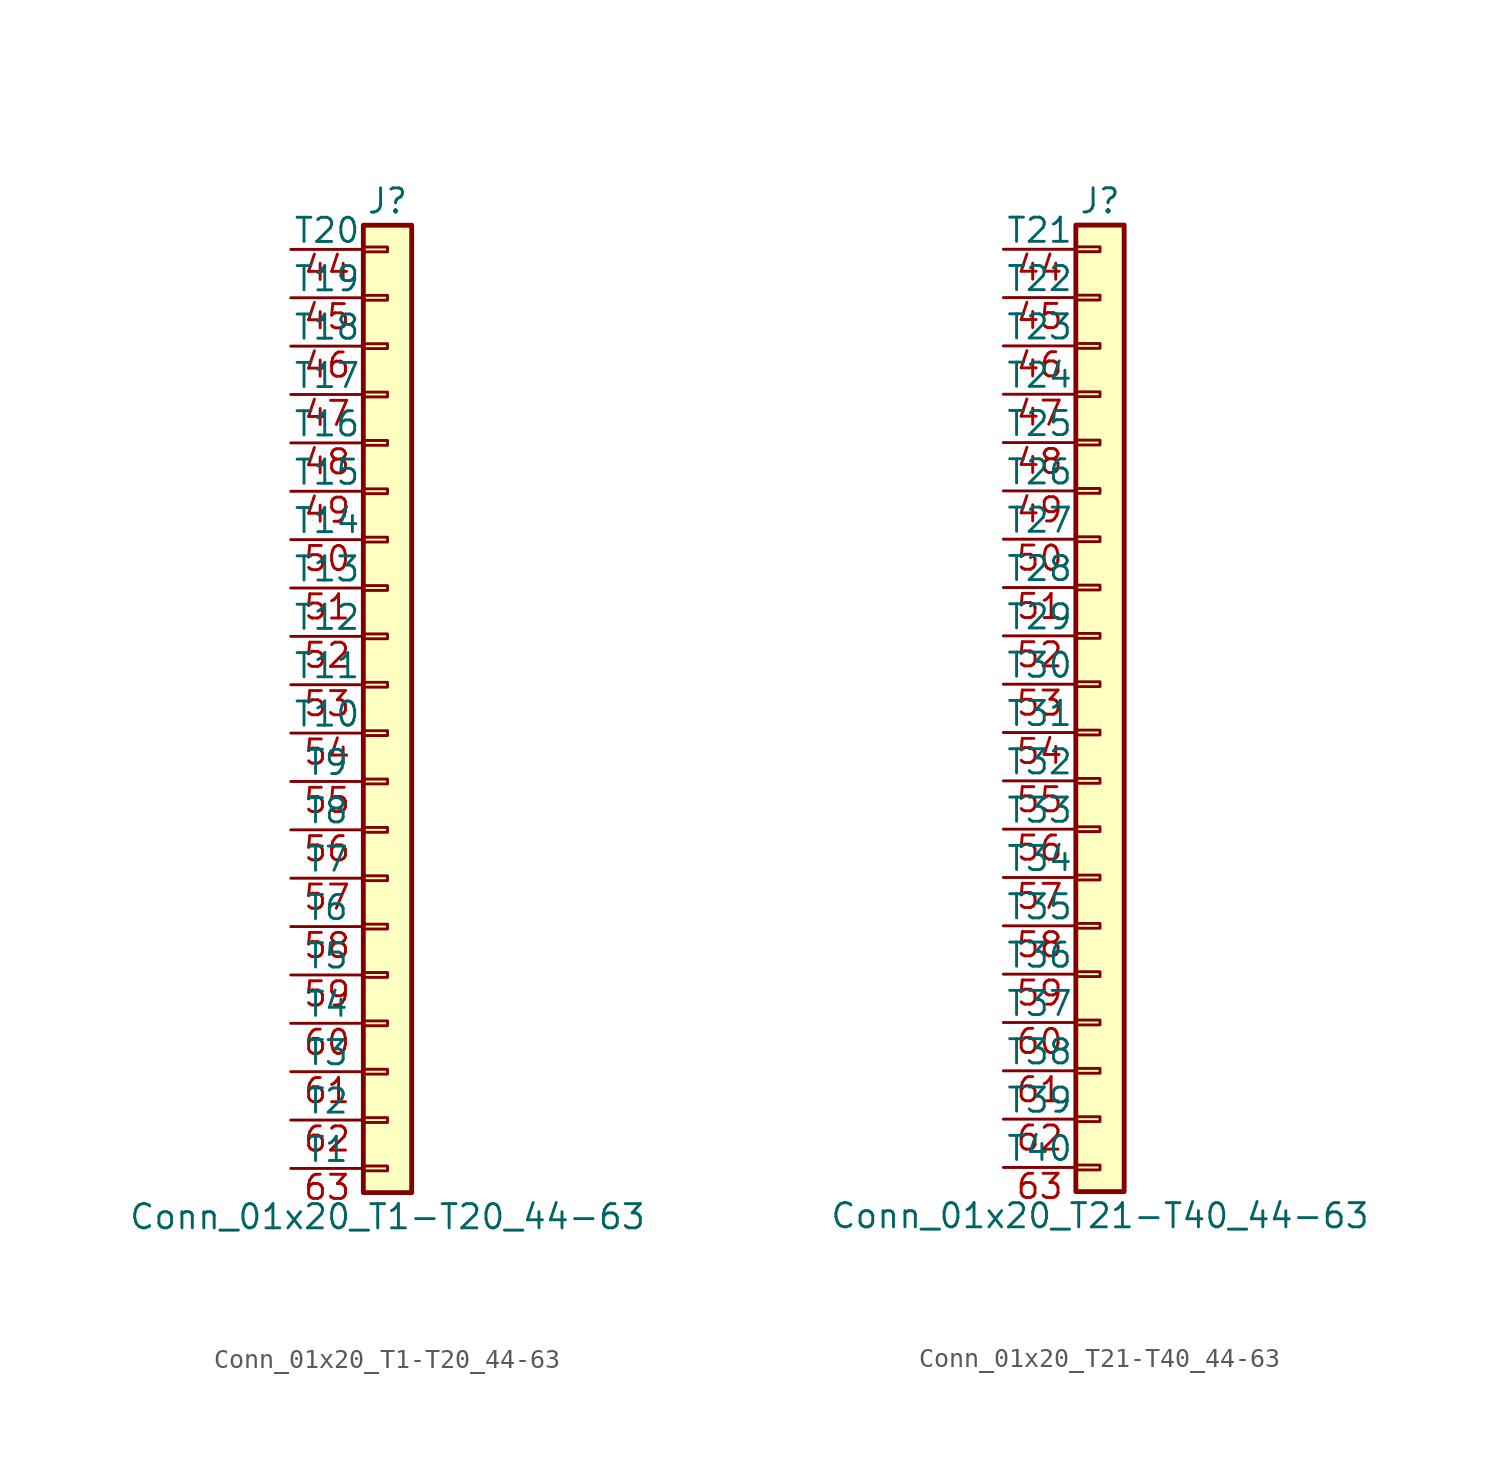
<source format=kicad_sym>
(kicad_symbol_lib
  (version 20211014)
  (generator kicad_symbol_editor)
  (symbol "Conn_01x20_T1-T20_44-63"
    (pin_names
      (offset 0))
    (property "Reference" "J"
      (at 0 25.4 0)
      (effects (font (size 1.27 1.27))))
    (property "Value" "Conn_01x20_T1-T20_44-63"
      (at 0 -27.94 0)
      (effects (font (size 1.27 1.27))))
    (symbol "Conn_01x20_T1-T20_44-63_1_1"
      (rectangle (start -1.27 -25.273) (end 0 -25.527) (stroke (width 0.152) (type default) (color 0 0 0 0)) (fill (type none)))
      (rectangle (start -1.27 -22.733) (end 0 -22.987) (stroke (width 0.152) (type default) (color 0 0 0 0)) (fill (type none)))
      (rectangle (start -1.27 -20.193) (end 0 -20.447) (stroke (width 0.152) (type default) (color 0 0 0 0)) (fill (type none)))
      (rectangle (start -1.27 -17.653) (end 0 -17.907) (stroke (width 0.152) (type default) (color 0 0 0 0)) (fill (type none)))
      (rectangle (start -1.27 -15.113) (end 0 -15.367) (stroke (width 0.152) (type default) (color 0 0 0 0)) (fill (type none)))
      (rectangle (start -1.27 -12.573) (end 0 -12.827) (stroke (width 0.152) (type default) (color 0 0 0 0)) (fill (type none)))
      (rectangle (start -1.27 -10.033) (end 0 -10.287) (stroke (width 0.152) (type default) (color 0 0 0 0)) (fill (type none)))
      (rectangle (start -1.27 -7.493) (end 0 -7.747) (stroke (width 0.152) (type default) (color 0 0 0 0)) (fill (type none)))
      (rectangle (start -1.27 -4.953) (end 0 -5.207) (stroke (width 0.152) (type default) (color 0 0 0 0)) (fill (type none)))
      (rectangle (start -1.27 -2.413) (end 0 -2.667) (stroke (width 0.152) (type default) (color 0 0 0 0)) (fill (type none)))
      (rectangle (start -1.27 0.127) (end 0 -0.127) (stroke (width 0.152) (type default) (color 0 0 0 0)) (fill (type none)))
      (rectangle (start -1.27 2.667) (end 0 2.413) (stroke (width 0.152) (type default) (color 0 0 0 0)) (fill (type none)))
      (rectangle (start -1.27 5.207) (end 0 4.953) (stroke (width 0.152) (type default) (color 0 0 0 0)) (fill (type none)))
      (rectangle (start -1.27 7.747) (end 0 7.493) (stroke (width 0.152) (type default) (color 0 0 0 0)) (fill (type none)))
      (rectangle (start -1.27 10.287) (end 0 10.033) (stroke (width 0.152) (type default) (color 0 0 0 0)) (fill (type none)))
      (rectangle (start -1.27 12.827) (end 0 12.573) (stroke (width 0.152) (type default) (color 0 0 0 0)) (fill (type none)))
      (rectangle (start -1.27 15.367) (end 0 15.113) (stroke (width 0.152) (type default) (color 0 0 0 0)) (fill (type none)))
      (rectangle (start -1.27 17.907) (end 0 17.653) (stroke (width 0.152) (type default) (color 0 0 0 0)) (fill (type none)))
      (rectangle (start -1.27 20.447) (end 0 20.193) (stroke (width 0.152) (type default) (color 0 0 0 0)) (fill (type none)))
      (rectangle (start -1.27 22.987) (end 0 22.733) (stroke (width 0.152) (type default) (color 0 0 0 0)) (fill (type none)))
      (rectangle (start -1.27 24.13) (end 1.27 -26.67) (stroke (width 0.254) (type default) (color 0 0 0 0)) (fill (type background)))
      (pin passive line (at -5.08 22.86 0) (length 3.81) (name "T20" (effects (font (size 1.27 1.27)))) (number "44" (effects (font (size 1.27 1.27)))))
      (pin passive line (at -5.08 20.32 0) (length 3.81) (name "T19" (effects (font (size 1.27 1.27)))) (number "45" (effects (font (size 1.27 1.27)))))
      (pin passive line (at -5.08 17.78 0) (length 3.81) (name "T18" (effects (font (size 1.27 1.27)))) (number "46" (effects (font (size 1.27 1.27)))))
      (pin passive line (at -5.08 15.24 0) (length 3.81) (name "T17" (effects (font (size 1.27 1.27)))) (number "47" (effects (font (size 1.27 1.27)))))
      (pin passive line (at -5.08 12.7 0) (length 3.81) (name "T16" (effects (font (size 1.27 1.27)))) (number "48" (effects (font (size 1.27 1.27)))))
      (pin passive line (at -5.08 10.16 0) (length 3.81) (name "T15" (effects (font (size 1.27 1.27)))) (number "49" (effects (font (size 1.27 1.27)))))
      (pin passive line (at -5.08 7.62 0) (length 3.81) (name "T14" (effects (font (size 1.27 1.27)))) (number "50" (effects (font (size 1.27 1.27)))))
      (pin passive line (at -5.08 5.08 0) (length 3.81) (name "T13" (effects (font (size 1.27 1.27)))) (number "51" (effects (font (size 1.27 1.27)))))
      (pin passive line (at -5.08 2.54 0) (length 3.81) (name "T12" (effects (font (size 1.27 1.27)))) (number "52" (effects (font (size 1.27 1.27)))))
      (pin passive line (at -5.08 0 0) (length 3.81) (name "T11" (effects (font (size 1.27 1.27)))) (number "53" (effects (font (size 1.27 1.27)))))
      (pin passive line (at -5.08 -2.54 0) (length 3.81) (name "T10" (effects (font (size 1.27 1.27)))) (number "54" (effects (font (size 1.27 1.27)))))
      (pin passive line (at -5.08 -5.08 0) (length 3.81) (name "T9" (effects (font (size 1.27 1.27)))) (number "55" (effects (font (size 1.27 1.27)))))
      (pin passive line (at -5.08 -7.62 0) (length 3.81) (name "T8" (effects (font (size 1.27 1.27)))) (number "56" (effects (font (size 1.27 1.27)))))
      (pin passive line (at -5.08 -10.16 0) (length 3.81) (name "T7" (effects (font (size 1.27 1.27)))) (number "57" (effects (font (size 1.27 1.27)))))
      (pin passive line (at -5.08 -12.7 0) (length 3.81) (name "T6" (effects (font (size 1.27 1.27)))) (number "58" (effects (font (size 1.27 1.27)))))
      (pin passive line (at -5.08 -15.24 0) (length 3.81) (name "T5" (effects (font (size 1.27 1.27)))) (number "59" (effects (font (size 1.27 1.27)))))
      (pin passive line (at -5.08 -17.78 0) (length 3.81) (name "T4" (effects (font (size 1.27 1.27)))) (number "60" (effects (font (size 1.27 1.27)))))
      (pin passive line (at -5.08 -20.32 0) (length 3.81) (name "T3" (effects (font (size 1.27 1.27)))) (number "61" (effects (font (size 1.27 1.27)))))
      (pin passive line (at -5.08 -22.86 0) (length 3.81) (name "T2" (effects (font (size 1.27 1.27)))) (number "62" (effects (font (size 1.27 1.27)))))
      (pin passive line (at -5.08 -25.4 0) (length 3.81) (name "T1" (effects (font (size 1.27 1.27)))) (number "63" (effects (font (size 1.27 1.27)))))))
  (symbol "Conn_01x20_T21-T40_44-63"
    (pin_names
      (offset 0))
    (property "Reference" "J"
      (at 0 25.4 0)
      (effects (font (size 1.27 1.27))))
    (property "Value" "Conn_01x20_T21-T40_44-63"
      (at 0 -27.94 0)
      (effects (font (size 1.27 1.27))))
    (symbol "Conn_01x20_T21-T40_44-63_1_1"
      (rectangle (start -1.27 -25.273) (end 0 -25.527) (stroke (width 0.152) (type default) (color 0 0 0 0)) (fill (type none)))
      (rectangle (start -1.27 -22.733) (end 0 -22.987) (stroke (width 0.152) (type default) (color 0 0 0 0)) (fill (type none)))
      (rectangle (start -1.27 -20.193) (end 0 -20.447) (stroke (width 0.152) (type default) (color 0 0 0 0)) (fill (type none)))
      (rectangle (start -1.27 -17.653) (end 0 -17.907) (stroke (width 0.152) (type default) (color 0 0 0 0)) (fill (type none)))
      (rectangle (start -1.27 -15.113) (end 0 -15.367) (stroke (width 0.152) (type default) (color 0 0 0 0)) (fill (type none)))
      (rectangle (start -1.27 -12.573) (end 0 -12.827) (stroke (width 0.152) (type default) (color 0 0 0 0)) (fill (type none)))
      (rectangle (start -1.27 -10.033) (end 0 -10.287) (stroke (width 0.152) (type default) (color 0 0 0 0)) (fill (type none)))
      (rectangle (start -1.27 -7.493) (end 0 -7.747) (stroke (width 0.152) (type default) (color 0 0 0 0)) (fill (type none)))
      (rectangle (start -1.27 -4.953) (end 0 -5.207) (stroke (width 0.152) (type default) (color 0 0 0 0)) (fill (type none)))
      (rectangle (start -1.27 -2.413) (end 0 -2.667) (stroke (width 0.152) (type default) (color 0 0 0 0)) (fill (type none)))
      (rectangle (start -1.27 0.127) (end 0 -0.127) (stroke (width 0.152) (type default) (color 0 0 0 0)) (fill (type none)))
      (rectangle (start -1.27 2.667) (end 0 2.413) (stroke (width 0.152) (type default) (color 0 0 0 0)) (fill (type none)))
      (rectangle (start -1.27 5.207) (end 0 4.953) (stroke (width 0.152) (type default) (color 0 0 0 0)) (fill (type none)))
      (rectangle (start -1.27 7.747) (end 0 7.493) (stroke (width 0.152) (type default) (color 0 0 0 0)) (fill (type none)))
      (rectangle (start -1.27 10.287) (end 0 10.033) (stroke (width 0.152) (type default) (color 0 0 0 0)) (fill (type none)))
      (rectangle (start -1.27 12.827) (end 0 12.573) (stroke (width 0.152) (type default) (color 0 0 0 0)) (fill (type none)))
      (rectangle (start -1.27 15.367) (end 0 15.113) (stroke (width 0.152) (type default) (color 0 0 0 0)) (fill (type none)))
      (rectangle (start -1.27 17.907) (end 0 17.653) (stroke (width 0.152) (type default) (color 0 0 0 0)) (fill (type none)))
      (rectangle (start -1.27 20.447) (end 0 20.193) (stroke (width 0.152) (type default) (color 0 0 0 0)) (fill (type none)))
      (rectangle (start -1.27 22.987) (end 0 22.733) (stroke (width 0.152) (type default) (color 0 0 0 0)) (fill (type none)))
      (rectangle (start -1.27 24.13) (end 1.27 -26.67) (stroke (width 0.254) (type default) (color 0 0 0 0)) (fill (type background)))
      (pin passive line (at -5.08 22.86 0) (length 3.81) (name "T21" (effects (font (size 1.27 1.27)))) (number "44" (effects (font (size 1.27 1.27)))))
      (pin passive line (at -5.08 20.32 0) (length 3.81) (name "T22" (effects (font (size 1.27 1.27)))) (number "45" (effects (font (size 1.27 1.27)))))
      (pin passive line (at -5.08 17.78 0) (length 3.81) (name "T23" (effects (font (size 1.27 1.27)))) (number "46" (effects (font (size 1.27 1.27)))))
      (pin passive line (at -5.08 15.24 0) (length 3.81) (name "T24" (effects (font (size 1.27 1.27)))) (number "47" (effects (font (size 1.27 1.27)))))
      (pin passive line (at -5.08 12.7 0) (length 3.81) (name "T25" (effects (font (size 1.27 1.27)))) (number "48" (effects (font (size 1.27 1.27)))))
      (pin passive line (at -5.08 10.16 0) (length 3.81) (name "T26" (effects (font (size 1.27 1.27)))) (number "49" (effects (font (size 1.27 1.27)))))
      (pin passive line (at -5.08 7.62 0) (length 3.81) (name "T27" (effects (font (size 1.27 1.27)))) (number "50" (effects (font (size 1.27 1.27)))))
      (pin passive line (at -5.08 5.08 0) (length 3.81) (name "T28" (effects (font (size 1.27 1.27)))) (number "51" (effects (font (size 1.27 1.27)))))
      (pin passive line (at -5.08 2.54 0) (length 3.81) (name "T29" (effects (font (size 1.27 1.27)))) (number "52" (effects (font (size 1.27 1.27)))))
      (pin passive line (at -5.08 0 0) (length 3.81) (name "T30" (effects (font (size 1.27 1.27)))) (number "53" (effects (font (size 1.27 1.27)))))
      (pin passive line (at -5.08 -2.54 0) (length 3.81) (name "T31" (effects (font (size 1.27 1.27)))) (number "54" (effects (font (size 1.27 1.27)))))
      (pin passive line (at -5.08 -5.08 0) (length 3.81) (name "T32" (effects (font (size 1.27 1.27)))) (number "55" (effects (font (size 1.27 1.27)))))
      (pin passive line (at -5.08 -7.62 0) (length 3.81) (name "T33" (effects (font (size 1.27 1.27)))) (number "56" (effects (font (size 1.27 1.27)))))
      (pin passive line (at -5.08 -10.16 0) (length 3.81) (name "T34" (effects (font (size 1.27 1.27)))) (number "57" (effects (font (size 1.27 1.27)))))
      (pin passive line (at -5.08 -12.7 0) (length 3.81) (name "T35" (effects (font (size 1.27 1.27)))) (number "58" (effects (font (size 1.27 1.27)))))
      (pin passive line (at -5.08 -15.24 0) (length 3.81) (name "T36" (effects (font (size 1.27 1.27)))) (number "59" (effects (font (size 1.27 1.27)))))
      (pin passive line (at -5.08 -17.78 0) (length 3.81) (name "T37" (effects (font (size 1.27 1.27)))) (number "60" (effects (font (size 1.27 1.27)))))
      (pin passive line (at -5.08 -20.32 0) (length 3.81) (name "T38" (effects (font (size 1.27 1.27)))) (number "61" (effects (font (size 1.27 1.27)))))
      (pin passive line (at -5.08 -22.86 0) (length 3.81) (name "T39" (effects (font (size 1.27 1.27)))) (number "62" (effects (font (size 1.27 1.27)))))
      (pin passive line (at -5.08 -25.4 0) (length 3.81) (name "T40" (effects (font (size 1.27 1.27)))) (number "63" (effects (font (size 1.27 1.27))))))))
</source>
